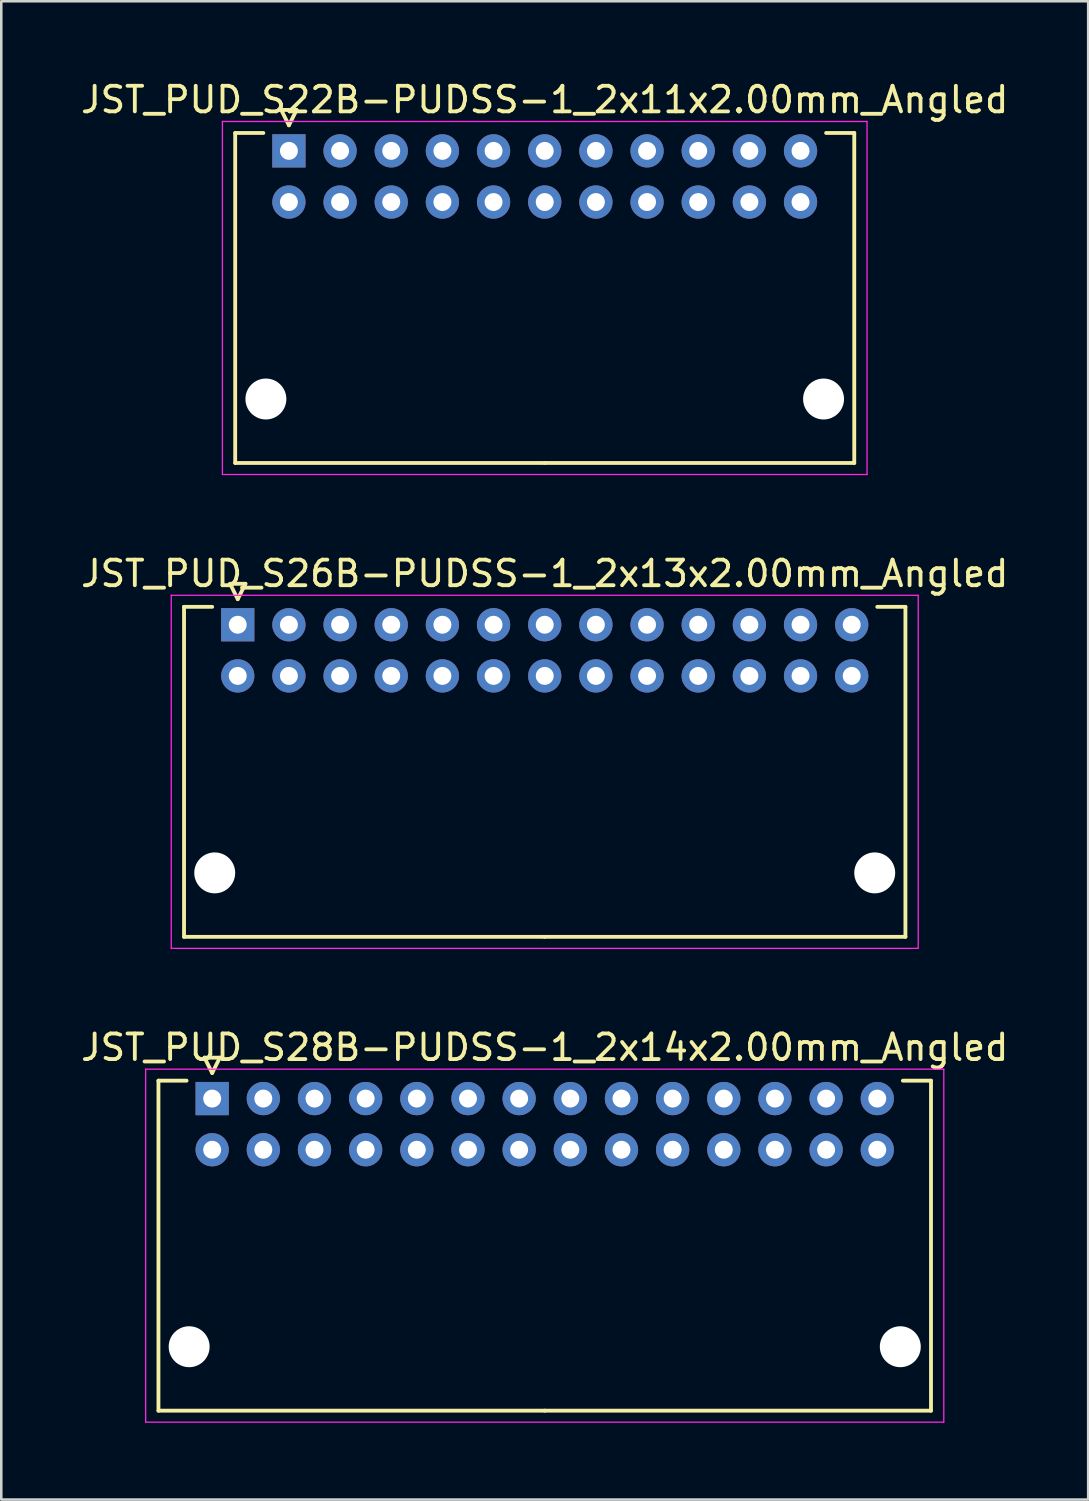
<source format=kicad_pcb>
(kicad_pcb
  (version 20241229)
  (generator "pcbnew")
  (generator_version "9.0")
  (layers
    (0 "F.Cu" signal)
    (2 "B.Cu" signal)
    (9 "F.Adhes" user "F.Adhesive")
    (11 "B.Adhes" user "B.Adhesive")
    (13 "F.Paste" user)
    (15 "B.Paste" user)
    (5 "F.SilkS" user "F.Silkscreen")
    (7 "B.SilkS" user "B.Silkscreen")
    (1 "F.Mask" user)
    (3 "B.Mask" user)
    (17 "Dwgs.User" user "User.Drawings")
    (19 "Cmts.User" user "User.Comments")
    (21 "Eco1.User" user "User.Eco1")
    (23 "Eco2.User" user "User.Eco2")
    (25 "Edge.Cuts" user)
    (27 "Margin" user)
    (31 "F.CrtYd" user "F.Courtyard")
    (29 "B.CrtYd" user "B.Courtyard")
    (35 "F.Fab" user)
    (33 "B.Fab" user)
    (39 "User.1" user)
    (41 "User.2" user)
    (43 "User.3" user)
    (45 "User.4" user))
  (footprint "JST_PUD_S22B-PUDSS-1_2x11x2.00mm_Angled"
    (layer "F.Cu")
    (at 8.244 2.848)
    (property "Reference" "JST_PUD_S22B-PUDSS-1_2x11x2.00mm_Angled" (at 10 -2 0) (layer "F.SilkS") (effects (font (size 1 1) (thickness 0.15))))
    (attr through_hole)
    (fp_line (start -2.1 -0.7) (end -2.1 12.2) (stroke (width 0.15) (type solid)) (layer "F.SilkS"))
    (fp_line (start -2.1 12.2) (end 10 12.2) (stroke (width 0.15) (type solid)) (layer "F.SilkS"))
    (fp_line (start -1 -0.7) (end -2.1 -0.7) (stroke (width 0.15) (type solid)) (layer "F.SilkS"))
    (fp_line (start -0.3 -1.6) (end 0.3 -1.6) (stroke (width 0.15) (type solid)) (layer "F.SilkS"))
    (fp_line (start 0 -1) (end -0.3 -1.6) (stroke (width 0.15) (type solid)) (layer "F.SilkS"))
    (fp_line (start 0.3 -1.6) (end 0 -1) (stroke (width 0.15) (type solid)) (layer "F.SilkS"))
    (fp_line (start 21 -0.7) (end 22.1 -0.7) (stroke (width 0.15) (type solid)) (layer "F.SilkS"))
    (fp_line (start 22.1 -0.7) (end 22.1 12.2) (stroke (width 0.15) (type solid)) (layer "F.SilkS"))
    (fp_line (start 22.1 12.2) (end 10 12.2) (stroke (width 0.15) (type solid)) (layer "F.SilkS"))
    (fp_line (start -2.6 -1.15) (end -2.6 12.65) (stroke (width 0.05) (type solid)) (layer "F.CrtYd"))
    (fp_line (start -2.6 12.65) (end 22.6 12.65) (stroke (width 0.05) (type solid)) (layer "F.CrtYd"))
    (fp_line (start 22.6 -1.15) (end -2.6 -1.15) (stroke (width 0.05) (type solid)) (layer "F.CrtYd"))
    (fp_line (start 22.6 12.65) (end 22.6 -1.15) (stroke (width 0.05) (type solid)) (layer "F.CrtYd"))
    (pad "" np_thru_hole circle (at -0.9 9.7) (size 1.6 1.6) (drill 1.6) (layers "*.Cu"))
    (pad "" np_thru_hole circle (at 20.9 9.7) (size 1.6 1.6) (drill 1.6) (layers "*.Cu"))
    (pad "1" thru_hole rect (at 0 0) (size 1.3 1.3) (drill 0.7) (layers "*.Cu" "*.Mask"))
    (pad "2" thru_hole circle (at 0 2) (size 1.3 1.3) (drill 0.7) (layers "*.Cu" "*.Mask"))
    (pad "3" thru_hole circle (at 2 0) (size 1.3 1.3) (drill 0.7) (layers "*.Cu" "*.Mask"))
    (pad "4" thru_hole circle (at 2 2) (size 1.3 1.3) (drill 0.7) (layers "*.Cu" "*.Mask"))
    (pad "5" thru_hole circle (at 4 0) (size 1.3 1.3) (drill 0.7) (layers "*.Cu" "*.Mask"))
    (pad "6" thru_hole circle (at 4 2) (size 1.3 1.3) (drill 0.7) (layers "*.Cu" "*.Mask"))
    (pad "7" thru_hole circle (at 6 0) (size 1.3 1.3) (drill 0.7) (layers "*.Cu" "*.Mask"))
    (pad "8" thru_hole circle (at 6 2) (size 1.3 1.3) (drill 0.7) (layers "*.Cu" "*.Mask"))
    (pad "9" thru_hole circle (at 8 0) (size 1.3 1.3) (drill 0.7) (layers "*.Cu" "*.Mask"))
    (pad "10" thru_hole circle (at 8 2) (size 1.3 1.3) (drill 0.7) (layers "*.Cu" "*.Mask"))
    (pad "11" thru_hole circle (at 10 0) (size 1.3 1.3) (drill 0.7) (layers "*.Cu" "*.Mask"))
    (pad "12" thru_hole circle (at 10 2) (size 1.3 1.3) (drill 0.7) (layers "*.Cu" "*.Mask"))
    (pad "13" thru_hole circle (at 12 0) (size 1.3 1.3) (drill 0.7) (layers "*.Cu" "*.Mask"))
    (pad "14" thru_hole circle (at 12 2) (size 1.3 1.3) (drill 0.7) (layers "*.Cu" "*.Mask"))
    (pad "15" thru_hole circle (at 14 0) (size 1.3 1.3) (drill 0.7) (layers "*.Cu" "*.Mask"))
    (pad "16" thru_hole circle (at 14 2) (size 1.3 1.3) (drill 0.7) (layers "*.Cu" "*.Mask"))
    (pad "17" thru_hole circle (at 16 0) (size 1.3 1.3) (drill 0.7) (layers "*.Cu" "*.Mask"))
    (pad "18" thru_hole circle (at 16 2) (size 1.3 1.3) (drill 0.7) (layers "*.Cu" "*.Mask"))
    (pad "19" thru_hole circle (at 18 0) (size 1.3 1.3) (drill 0.7) (layers "*.Cu" "*.Mask"))
    (pad "20" thru_hole circle (at 18 2) (size 1.3 1.3) (drill 0.7) (layers "*.Cu" "*.Mask"))
    (pad "21" thru_hole circle (at 20 0) (size 1.3 1.3) (drill 0.7) (layers "*.Cu" "*.Mask"))
    (pad "22" thru_hole circle (at 20 2) (size 1.3 1.3) (drill 0.7) (layers "*.Cu" "*.Mask")))
  (footprint "JST_PUD_S26B-PUDSS-1_2x13x2.00mm_Angled"
    (layer "F.Cu")
    (at 6.244 21.372)
    (property "Reference" "JST_PUD_S26B-PUDSS-1_2x13x2.00mm_Angled" (at 12 -2 0) (layer "F.SilkS") (effects (font (size 1 1) (thickness 0.15))))
    (attr through_hole)
    (fp_line (start -2.1 -0.7) (end -2.1 12.2) (stroke (width 0.15) (type solid)) (layer "F.SilkS"))
    (fp_line (start -2.1 12.2) (end 12 12.2) (stroke (width 0.15) (type solid)) (layer "F.SilkS"))
    (fp_line (start -1 -0.7) (end -2.1 -0.7) (stroke (width 0.15) (type solid)) (layer "F.SilkS"))
    (fp_line (start -0.3 -1.6) (end 0.3 -1.6) (stroke (width 0.15) (type solid)) (layer "F.SilkS"))
    (fp_line (start 0 -1) (end -0.3 -1.6) (stroke (width 0.15) (type solid)) (layer "F.SilkS"))
    (fp_line (start 0.3 -1.6) (end 0 -1) (stroke (width 0.15) (type solid)) (layer "F.SilkS"))
    (fp_line (start 25 -0.7) (end 26.1 -0.7) (stroke (width 0.15) (type solid)) (layer "F.SilkS"))
    (fp_line (start 26.1 -0.7) (end 26.1 12.2) (stroke (width 0.15) (type solid)) (layer "F.SilkS"))
    (fp_line (start 26.1 12.2) (end 12 12.2) (stroke (width 0.15) (type solid)) (layer "F.SilkS"))
    (fp_line (start -2.6 -1.15) (end -2.6 12.65) (stroke (width 0.05) (type solid)) (layer "F.CrtYd"))
    (fp_line (start -2.6 12.65) (end 26.6 12.65) (stroke (width 0.05) (type solid)) (layer "F.CrtYd"))
    (fp_line (start 26.6 -1.15) (end -2.6 -1.15) (stroke (width 0.05) (type solid)) (layer "F.CrtYd"))
    (fp_line (start 26.6 12.65) (end 26.6 -1.15) (stroke (width 0.05) (type solid)) (layer "F.CrtYd"))
    (pad "" np_thru_hole circle (at -0.9 9.7) (size 1.6 1.6) (drill 1.6) (layers "*.Cu"))
    (pad "" np_thru_hole circle (at 24.9 9.7) (size 1.6 1.6) (drill 1.6) (layers "*.Cu"))
    (pad "1" thru_hole rect (at 0 0) (size 1.3 1.3) (drill 0.7) (layers "*.Cu" "*.Mask"))
    (pad "2" thru_hole circle (at 0 2) (size 1.3 1.3) (drill 0.7) (layers "*.Cu" "*.Mask"))
    (pad "3" thru_hole circle (at 2 0) (size 1.3 1.3) (drill 0.7) (layers "*.Cu" "*.Mask"))
    (pad "4" thru_hole circle (at 2 2) (size 1.3 1.3) (drill 0.7) (layers "*.Cu" "*.Mask"))
    (pad "5" thru_hole circle (at 4 0) (size 1.3 1.3) (drill 0.7) (layers "*.Cu" "*.Mask"))
    (pad "6" thru_hole circle (at 4 2) (size 1.3 1.3) (drill 0.7) (layers "*.Cu" "*.Mask"))
    (pad "7" thru_hole circle (at 6 0) (size 1.3 1.3) (drill 0.7) (layers "*.Cu" "*.Mask"))
    (pad "8" thru_hole circle (at 6 2) (size 1.3 1.3) (drill 0.7) (layers "*.Cu" "*.Mask"))
    (pad "9" thru_hole circle (at 8 0) (size 1.3 1.3) (drill 0.7) (layers "*.Cu" "*.Mask"))
    (pad "10" thru_hole circle (at 8 2) (size 1.3 1.3) (drill 0.7) (layers "*.Cu" "*.Mask"))
    (pad "11" thru_hole circle (at 10 0) (size 1.3 1.3) (drill 0.7) (layers "*.Cu" "*.Mask"))
    (pad "12" thru_hole circle (at 10 2) (size 1.3 1.3) (drill 0.7) (layers "*.Cu" "*.Mask"))
    (pad "13" thru_hole circle (at 12 0) (size 1.3 1.3) (drill 0.7) (layers "*.Cu" "*.Mask"))
    (pad "14" thru_hole circle (at 12 2) (size 1.3 1.3) (drill 0.7) (layers "*.Cu" "*.Mask"))
    (pad "15" thru_hole circle (at 14 0) (size 1.3 1.3) (drill 0.7) (layers "*.Cu" "*.Mask"))
    (pad "16" thru_hole circle (at 14 2) (size 1.3 1.3) (drill 0.7) (layers "*.Cu" "*.Mask"))
    (pad "17" thru_hole circle (at 16 0) (size 1.3 1.3) (drill 0.7) (layers "*.Cu" "*.Mask"))
    (pad "18" thru_hole circle (at 16 2) (size 1.3 1.3) (drill 0.7) (layers "*.Cu" "*.Mask"))
    (pad "19" thru_hole circle (at 18 0) (size 1.3 1.3) (drill 0.7) (layers "*.Cu" "*.Mask"))
    (pad "20" thru_hole circle (at 18 2) (size 1.3 1.3) (drill 0.7) (layers "*.Cu" "*.Mask"))
    (pad "21" thru_hole circle (at 20 0) (size 1.3 1.3) (drill 0.7) (layers "*.Cu" "*.Mask"))
    (pad "22" thru_hole circle (at 20 2) (size 1.3 1.3) (drill 0.7) (layers "*.Cu" "*.Mask"))
    (pad "23" thru_hole circle (at 22 0) (size 1.3 1.3) (drill 0.7) (layers "*.Cu" "*.Mask"))
    (pad "24" thru_hole circle (at 22 2) (size 1.3 1.3) (drill 0.7) (layers "*.Cu" "*.Mask"))
    (pad "25" thru_hole circle (at 24 0) (size 1.3 1.3) (drill 0.7) (layers "*.Cu" "*.Mask"))
    (pad "26" thru_hole circle (at 24 2) (size 1.3 1.3) (drill 0.7) (layers "*.Cu" "*.Mask")))
  (footprint "JST_PUD_S28B-PUDSS-1_2x14x2.00mm_Angled"
    (layer "F.Cu")
    (at 5.244 39.895)
    (property "Reference" "JST_PUD_S28B-PUDSS-1_2x14x2.00mm_Angled" (at 13 -2 0) (layer "F.SilkS") (effects (font (size 1 1) (thickness 0.15))))
    (attr through_hole)
    (fp_line (start -2.1 -0.7) (end -2.1 12.2) (stroke (width 0.15) (type solid)) (layer "F.SilkS"))
    (fp_line (start -2.1 12.2) (end 13 12.2) (stroke (width 0.15) (type solid)) (layer "F.SilkS"))
    (fp_line (start -1 -0.7) (end -2.1 -0.7) (stroke (width 0.15) (type solid)) (layer "F.SilkS"))
    (fp_line (start -0.3 -1.6) (end 0.3 -1.6) (stroke (width 0.15) (type solid)) (layer "F.SilkS"))
    (fp_line (start 0 -1) (end -0.3 -1.6) (stroke (width 0.15) (type solid)) (layer "F.SilkS"))
    (fp_line (start 0.3 -1.6) (end 0 -1) (stroke (width 0.15) (type solid)) (layer "F.SilkS"))
    (fp_line (start 27 -0.7) (end 28.1 -0.7) (stroke (width 0.15) (type solid)) (layer "F.SilkS"))
    (fp_line (start 28.1 -0.7) (end 28.1 12.2) (stroke (width 0.15) (type solid)) (layer "F.SilkS"))
    (fp_line (start 28.1 12.2) (end 13 12.2) (stroke (width 0.15) (type solid)) (layer "F.SilkS"))
    (fp_line (start -2.6 -1.15) (end -2.6 12.65) (stroke (width 0.05) (type solid)) (layer "F.CrtYd"))
    (fp_line (start -2.6 12.65) (end 28.6 12.65) (stroke (width 0.05) (type solid)) (layer "F.CrtYd"))
    (fp_line (start 28.6 -1.15) (end -2.6 -1.15) (stroke (width 0.05) (type solid)) (layer "F.CrtYd"))
    (fp_line (start 28.6 12.65) (end 28.6 -1.15) (stroke (width 0.05) (type solid)) (layer "F.CrtYd"))
    (pad "" np_thru_hole circle (at -0.9 9.7) (size 1.6 1.6) (drill 1.6) (layers "*.Cu"))
    (pad "" np_thru_hole circle (at 26.9 9.7) (size 1.6 1.6) (drill 1.6) (layers "*.Cu"))
    (pad "1" thru_hole rect (at 0 0) (size 1.3 1.3) (drill 0.7) (layers "*.Cu" "*.Mask"))
    (pad "2" thru_hole circle (at 0 2) (size 1.3 1.3) (drill 0.7) (layers "*.Cu" "*.Mask"))
    (pad "3" thru_hole circle (at 2 0) (size 1.3 1.3) (drill 0.7) (layers "*.Cu" "*.Mask"))
    (pad "4" thru_hole circle (at 2 2) (size 1.3 1.3) (drill 0.7) (layers "*.Cu" "*.Mask"))
    (pad "5" thru_hole circle (at 4 0) (size 1.3 1.3) (drill 0.7) (layers "*.Cu" "*.Mask"))
    (pad "6" thru_hole circle (at 4 2) (size 1.3 1.3) (drill 0.7) (layers "*.Cu" "*.Mask"))
    (pad "7" thru_hole circle (at 6 0) (size 1.3 1.3) (drill 0.7) (layers "*.Cu" "*.Mask"))
    (pad "8" thru_hole circle (at 6 2) (size 1.3 1.3) (drill 0.7) (layers "*.Cu" "*.Mask"))
    (pad "9" thru_hole circle (at 8 0) (size 1.3 1.3) (drill 0.7) (layers "*.Cu" "*.Mask"))
    (pad "10" thru_hole circle (at 8 2) (size 1.3 1.3) (drill 0.7) (layers "*.Cu" "*.Mask"))
    (pad "11" thru_hole circle (at 10 0) (size 1.3 1.3) (drill 0.7) (layers "*.Cu" "*.Mask"))
    (pad "12" thru_hole circle (at 10 2) (size 1.3 1.3) (drill 0.7) (layers "*.Cu" "*.Mask"))
    (pad "13" thru_hole circle (at 12 0) (size 1.3 1.3) (drill 0.7) (layers "*.Cu" "*.Mask"))
    (pad "14" thru_hole circle (at 12 2) (size 1.3 1.3) (drill 0.7) (layers "*.Cu" "*.Mask"))
    (pad "15" thru_hole circle (at 14 0) (size 1.3 1.3) (drill 0.7) (layers "*.Cu" "*.Mask"))
    (pad "16" thru_hole circle (at 14 2) (size 1.3 1.3) (drill 0.7) (layers "*.Cu" "*.Mask"))
    (pad "17" thru_hole circle (at 16 0) (size 1.3 1.3) (drill 0.7) (layers "*.Cu" "*.Mask"))
    (pad "18" thru_hole circle (at 16 2) (size 1.3 1.3) (drill 0.7) (layers "*.Cu" "*.Mask"))
    (pad "19" thru_hole circle (at 18 0) (size 1.3 1.3) (drill 0.7) (layers "*.Cu" "*.Mask"))
    (pad "20" thru_hole circle (at 18 2) (size 1.3 1.3) (drill 0.7) (layers "*.Cu" "*.Mask"))
    (pad "21" thru_hole circle (at 20 0) (size 1.3 1.3) (drill 0.7) (layers "*.Cu" "*.Mask"))
    (pad "22" thru_hole circle (at 20 2) (size 1.3 1.3) (drill 0.7) (layers "*.Cu" "*.Mask"))
    (pad "23" thru_hole circle (at 22 0) (size 1.3 1.3) (drill 0.7) (layers "*.Cu" "*.Mask"))
    (pad "24" thru_hole circle (at 22 2) (size 1.3 1.3) (drill 0.7) (layers "*.Cu" "*.Mask"))
    (pad "25" thru_hole circle (at 24 0) (size 1.3 1.3) (drill 0.7) (layers "*.Cu" "*.Mask"))
    (pad "26" thru_hole circle (at 24 2) (size 1.3 1.3) (drill 0.7) (layers "*.Cu" "*.Mask"))
    (pad "27" thru_hole circle (at 26 0) (size 1.3 1.3) (drill 0.7) (layers "*.Cu" "*.Mask"))
    (pad "28" thru_hole circle (at 26 2) (size 1.3 1.3) (drill 0.7) (layers "*.Cu" "*.Mask")))
  (gr_rect
    (start -3 -3)
    (end 39.488 55.57)
    (stroke (width 0.1) (type default))
    (fill no)
    (layer "Edge.Cuts")))
</source>
